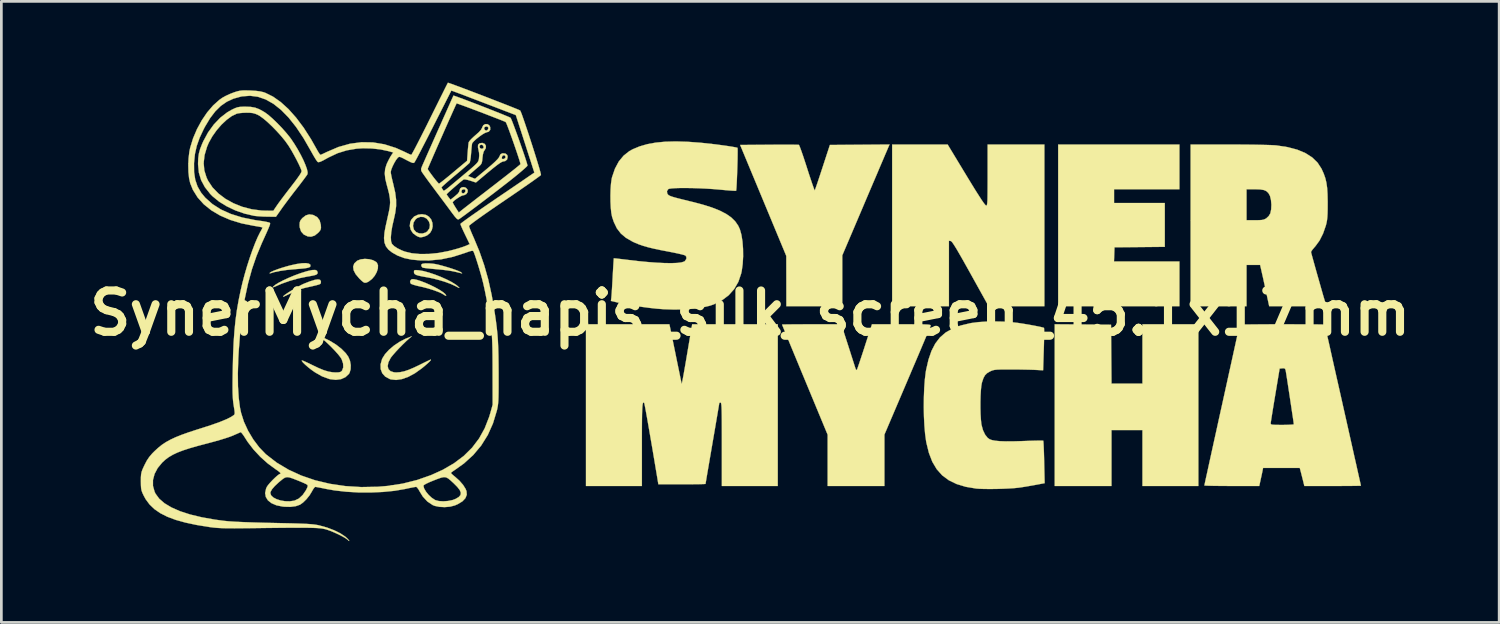
<source format=kicad_pcb>
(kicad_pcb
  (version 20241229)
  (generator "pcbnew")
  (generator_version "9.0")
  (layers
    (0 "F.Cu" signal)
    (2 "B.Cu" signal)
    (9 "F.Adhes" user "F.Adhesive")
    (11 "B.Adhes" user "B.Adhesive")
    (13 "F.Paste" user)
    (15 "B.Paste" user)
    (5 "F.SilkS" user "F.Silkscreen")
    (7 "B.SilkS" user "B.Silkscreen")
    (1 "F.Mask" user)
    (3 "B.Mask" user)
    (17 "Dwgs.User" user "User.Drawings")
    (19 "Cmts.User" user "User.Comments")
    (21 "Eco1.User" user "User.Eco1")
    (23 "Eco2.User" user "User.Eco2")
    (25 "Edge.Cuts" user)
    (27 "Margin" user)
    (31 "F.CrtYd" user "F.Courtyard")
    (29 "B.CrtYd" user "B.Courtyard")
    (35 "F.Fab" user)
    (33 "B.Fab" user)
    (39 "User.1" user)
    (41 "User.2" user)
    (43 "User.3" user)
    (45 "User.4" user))
  (footprint "SynerMycha_napis_silk_screen_45.1x17mm"
    (layer "F.Cu")
    (at 24.645 8.508)
    (property "Reference" "SynerMycha_napis_silk_screen_45.1x17mm" (at 0 0 0) (layer "F.SilkS") (effects (font (size 1.524 1.524) (thickness 0.3))))
    (attr through_hole)
    (fp_poly (pts (xy 12.279 0.42) (xy 13.319 0.429) (xy 13.327 1.516) (xy 13.336 2.603) (xy 14.478 2.603) (xy 14.478 0.413) (xy 16.542 0.413) (xy 16.542 6.382) (xy 14.478 6.382) (xy 14.478 4.318) (xy 13.335 4.318) (xy 13.335 6.382) (xy 11.239 6.382) (xy 11.239 0.412) (xy 12.279 0.42)) (stroke (width 0.01) (type solid)) (fill yes) (layer "F.SilkS"))
    (fp_poly (pts (xy 15.843 -4.572) (xy 13.43 -4.572) (xy 13.43 -4.064) (xy 15.303 -4.064) (xy 15.303 -2.446) (xy 14.375 -2.437) (xy 13.446 -2.429) (xy 13.437 -2.167) (xy 13.428 -1.905) (xy 15.843 -1.905) (xy 15.843 -0.254) (xy 11.367 -0.254) (xy 11.367 -6.223) (xy 15.843 -6.223) (xy 15.843 -4.572)) (stroke (width 0.01) (type solid)) (fill yes) (layer "F.SilkS"))
    (fp_poly (pts (xy -16.143 -3.625) (xy -16.118 -3.616) (xy -15.984 -3.541) (xy -15.897 -3.425) (xy -15.853 -3.264) (xy -15.851 -3.244) (xy -15.846 -3.144) (xy -15.862 -3.075) (xy -15.91 -3.008) (xy -15.943 -2.972) (xy -16.075 -2.864) (xy -16.213 -2.82) (xy -16.335 -2.831) (xy -16.482 -2.901) (xy -16.581 -3.013) (xy -16.631 -3.163) (xy -16.637 -3.249) (xy -16.63 -3.354) (xy -16.6 -3.429) (xy -16.535 -3.506) (xy -16.531 -3.51) (xy -16.407 -3.606) (xy -16.282 -3.644) (xy -16.143 -3.625)) (stroke (width 0.01) (type solid)) (fill yes) (layer "F.SilkS"))
    (fp_poly (pts (xy -16.296 -1.827) (xy -16.239 -1.788) (xy -16.235 -1.733) (xy -16.252 -1.706) (xy -16.29 -1.685) (xy -16.358 -1.667) (xy -16.465 -1.651) (xy -16.619 -1.636) (xy -16.796 -1.622) (xy -17.105 -1.593) (xy -17.367 -1.555) (xy -17.577 -1.511) (xy -17.698 -1.473) (xy -17.74 -1.465) (xy -17.737 -1.484) (xy -17.692 -1.518) (xy -17.597 -1.562) (xy -17.462 -1.614) (xy -17.299 -1.669) (xy -17.119 -1.723) (xy -16.974 -1.762) (xy -16.747 -1.812) (xy -16.555 -1.84) (xy -16.403 -1.845) (xy -16.296 -1.827)) (stroke (width 0.01) (type solid)) (fill yes) (layer "F.SilkS"))
    (fp_poly (pts (xy -14.068 -1.99) (xy -13.923 -1.952) (xy -13.811 -1.889) (xy -13.781 -1.859) (xy -13.742 -1.766) (xy -13.746 -1.646) (xy -13.788 -1.513) (xy -13.862 -1.38) (xy -13.962 -1.261) (xy -14.081 -1.169) (xy -14.103 -1.156) (xy -14.172 -1.125) (xy -14.228 -1.119) (xy -14.285 -1.144) (xy -14.358 -1.206) (xy -14.432 -1.278) (xy -14.566 -1.437) (xy -14.642 -1.584) (xy -14.659 -1.716) (xy -14.618 -1.832) (xy -14.516 -1.928) (xy -14.502 -1.937) (xy -14.378 -1.985) (xy -14.226 -2.002) (xy -14.068 -1.99)) (stroke (width 0.01) (type solid)) (fill yes) (layer "F.SilkS"))
    (fp_poly (pts (xy -15.994 -1.565) (xy -15.971 -1.505) (xy -15.97 -1.495) (xy -15.977 -1.458) (xy -16.004 -1.429) (xy -16.061 -1.405) (xy -16.158 -1.382) (xy -16.306 -1.355) (xy -16.352 -1.348) (xy -16.674 -1.282) (xy -16.997 -1.192) (xy -17.295 -1.086) (xy -17.425 -1.03) (xy -17.539 -0.979) (xy -17.603 -0.956) (xy -17.623 -0.959) (xy -17.607 -0.983) (xy -17.525 -1.049) (xy -17.394 -1.129) (xy -17.225 -1.216) (xy -17.03 -1.305) (xy -16.821 -1.392) (xy -16.609 -1.47) (xy -16.406 -1.534) (xy -16.333 -1.554) (xy -16.171 -1.589) (xy -16.06 -1.593) (xy -15.994 -1.565)) (stroke (width 0.01) (type solid)) (fill yes) (layer "F.SilkS"))
    (fp_poly (pts (xy -12.305 -1.228) (xy -12.157 -1.18) (xy -11.99 -1.116) (xy -11.816 -1.039) (xy -11.644 -0.955) (xy -11.488 -0.869) (xy -11.359 -0.786) (xy -11.268 -0.712) (xy -11.258 -0.702) (xy -11.223 -0.652) (xy -11.235 -0.638) (xy -11.286 -0.662) (xy -11.317 -0.684) (xy -11.406 -0.735) (xy -11.541 -0.793) (xy -11.709 -0.853) (xy -11.894 -0.911) (xy -12.08 -0.96) (xy -12.176 -0.981) (xy -12.313 -1.012) (xy -12.429 -1.045) (xy -12.508 -1.074) (xy -12.532 -1.088) (xy -12.558 -1.152) (xy -12.537 -1.217) (xy -12.494 -1.25) (xy -12.421 -1.252) (xy -12.305 -1.228)) (stroke (width 0.01) (type solid)) (fill yes) (layer "F.SilkS"))
    (fp_poly (pts (xy -12.242 -1.581) (xy -12.232 -1.58) (xy -12.065 -1.552) (xy -11.864 -1.497) (xy -11.642 -1.423) (xy -11.417 -1.335) (xy -11.202 -1.239) (xy -11.013 -1.141) (xy -10.865 -1.048) (xy -10.82 -1.013) (xy -10.755 -0.954) (xy -10.736 -0.929) (xy -10.767 -0.938) (xy -10.85 -0.979) (xy -10.89 -1.001) (xy -11.043 -1.071) (xy -11.239 -1.144) (xy -11.46 -1.213) (xy -11.687 -1.273) (xy -11.9 -1.317) (xy -11.915 -1.319) (xy -12.105 -1.353) (xy -12.24 -1.382) (xy -12.33 -1.409) (xy -12.383 -1.439) (xy -12.408 -1.474) (xy -12.414 -1.515) (xy -12.411 -1.56) (xy -12.392 -1.583) (xy -12.34 -1.588) (xy -12.242 -1.581)) (stroke (width 0.01) (type solid)) (fill yes) (layer "F.SilkS"))
    (fp_poly (pts (xy -15.882 -1.229) (xy -15.849 -1.179) (xy -15.85 -1.13) (xy -15.854 -1.106) (xy -15.864 -1.087) (xy -15.889 -1.069) (xy -15.937 -1.051) (xy -16.017 -1.029) (xy -16.136 -1) (xy -16.305 -0.962) (xy -16.431 -0.934) (xy -16.566 -0.895) (xy -16.727 -0.837) (xy -16.885 -0.77) (xy -16.923 -0.751) (xy -17.061 -0.684) (xy -17.152 -0.64) (xy -17.206 -0.615) (xy -17.232 -0.605) (xy -17.24 -0.607) (xy -17.24 -0.615) (xy -17.24 -0.617) (xy -17.214 -0.647) (xy -17.144 -0.699) (xy -17.041 -0.767) (xy -16.917 -0.844) (xy -16.784 -0.923) (xy -16.653 -0.996) (xy -16.537 -1.057) (xy -16.466 -1.089) (xy -16.246 -1.175) (xy -16.078 -1.227) (xy -15.957 -1.245) (xy -15.882 -1.229)) (stroke (width 0.01) (type solid)) (fill yes) (layer "F.SilkS"))
    (fp_poly (pts (xy -11.863 -1.835) (xy -11.719 -1.824) (xy -11.634 -1.812) (xy -11.511 -1.786) (xy -11.36 -1.746) (xy -11.196 -1.699) (xy -11.033 -1.648) (xy -10.885 -1.597) (xy -10.767 -1.552) (xy -10.693 -1.517) (xy -10.684 -1.511) (xy -10.642 -1.476) (xy -10.636 -1.465) (xy -10.673 -1.473) (xy -10.754 -1.493) (xy -10.865 -1.52) (xy -10.89 -1.526) (xy -11.013 -1.551) (xy -11.179 -1.577) (xy -11.367 -1.6) (xy -11.558 -1.619) (xy -11.589 -1.621) (xy -11.756 -1.636) (xy -11.903 -1.651) (xy -12.017 -1.665) (xy -12.086 -1.677) (xy -12.097 -1.681) (xy -12.137 -1.73) (xy -12.144 -1.766) (xy -12.133 -1.803) (xy -12.09 -1.824) (xy -12 -1.835) (xy -11.986 -1.836) (xy -11.863 -1.835)) (stroke (width 0.01) (type solid)) (fill yes) (layer "F.SilkS"))
    (fp_poly (pts (xy 7.969 -5.096) (xy 8.158 -4.786) (xy 8.317 -4.528) (xy 8.448 -4.322) (xy 8.55 -4.165) (xy 8.627 -4.055) (xy 8.679 -3.991) (xy 8.707 -3.969) (xy 8.707 -3.969) (xy 8.722 -3.972) (xy 8.734 -3.987) (xy 8.743 -4.018) (xy 8.75 -4.073) (xy 8.756 -4.157) (xy 8.759 -4.276) (xy 8.761 -4.436) (xy 8.762 -4.645) (xy 8.763 -4.907) (xy 8.763 -5.096) (xy 8.763 -6.223) (xy 10.858 -6.223) (xy 10.858 -0.254) (xy 8.8 -0.254) (xy 8.134 -1.453) (xy 7.964 -1.757) (xy 7.822 -2.01) (xy 7.704 -2.215) (xy 7.61 -2.376) (xy 7.535 -2.496) (xy 7.479 -2.581) (xy 7.438 -2.634) (xy 7.409 -2.658) (xy 7.401 -2.661) (xy 7.334 -2.671) (xy 7.334 -0.254) (xy 5.239 -0.254) (xy 5.239 -6.223) (xy 7.287 -6.223) (xy 7.969 -5.096)) (stroke (width 0.01) (type solid)) (fill yes) (layer "F.SilkS"))
    (fp_poly (pts (xy -11.972 -3.626) (xy -11.858 -3.556) (xy -11.777 -3.455) (xy -11.733 -3.333) (xy -11.724 -3.202) (xy -11.753 -3.073) (xy -11.821 -2.958) (xy -11.929 -2.868) (xy -12.031 -2.826) (xy -12.126 -2.802) (xy -12.191 -2.799) (xy -12.255 -2.819) (xy -12.318 -2.85) (xy -12.448 -2.945) (xy -12.532 -3.072) (xy -12.568 -3.216) (xy -12.568 -3.217) (xy -12.449 -3.217) (xy -12.419 -3.089) (xy -12.413 -3.078) (xy -12.334 -2.992) (xy -12.223 -2.944) (xy -12.098 -2.938) (xy -11.978 -2.976) (xy -11.919 -3.019) (xy -11.842 -3.13) (xy -11.825 -3.259) (xy -11.858 -3.375) (xy -11.94 -3.484) (xy -12.05 -3.545) (xy -12.174 -3.554) (xy -12.294 -3.51) (xy -12.353 -3.463) (xy -12.426 -3.35) (xy -12.449 -3.217) (xy -12.568 -3.217) (xy -12.551 -3.364) (xy -12.511 -3.451) (xy -12.405 -3.567) (xy -12.26 -3.634) (xy -12.118 -3.651) (xy -11.972 -3.626)) (stroke (width 0.01) (type solid)) (fill yes) (layer "F.SilkS"))
    (fp_poly (pts (xy 5.029 -5.961) (xy 4.996 -5.885) (xy 4.941 -5.756) (xy 4.866 -5.58) (xy 4.774 -5.365) (xy 4.668 -5.114) (xy 4.549 -4.836) (xy 4.421 -4.536) (xy 4.286 -4.219) (xy 4.157 -3.914) (xy 3.397 -2.13) (xy 3.397 -0.254) (xy 1.333 -0.254) (xy 1.332 -1.183) (xy 1.33 -2.111) (xy -0.373 -6.207) (xy 0.694 -6.215) (xy 0.949 -6.217) (xy 1.184 -6.218) (xy 1.392 -6.218) (xy 1.564 -6.217) (xy 1.694 -6.215) (xy 1.773 -6.213) (xy 1.795 -6.211) (xy 1.813 -6.179) (xy 1.847 -6.093) (xy 1.894 -5.963) (xy 1.952 -5.796) (xy 2.017 -5.6) (xy 2.088 -5.382) (xy 2.096 -5.355) (xy 2.166 -5.137) (xy 2.231 -4.942) (xy 2.287 -4.775) (xy 2.332 -4.646) (xy 2.364 -4.561) (xy 2.38 -4.528) (xy 2.381 -4.528) (xy 2.394 -4.561) (xy 2.425 -4.647) (xy 2.47 -4.777) (xy 2.526 -4.944) (xy 2.591 -5.14) (xy 2.662 -5.356) (xy 2.668 -5.375) (xy 2.94 -6.207) (xy 5.141 -6.224) (xy 5.029 -5.961)) (stroke (width 0.01) (type solid)) (fill yes) (layer "F.SilkS"))
    (fp_poly (pts (xy -12.573 0.923) (xy -12.686 1.022) (xy -12.815 1.147) (xy -12.949 1.282) (xy -13.076 1.417) (xy -13.183 1.539) (xy -13.26 1.634) (xy -13.276 1.658) (xy -13.358 1.818) (xy -13.384 1.956) (xy -13.358 2.065) (xy -13.281 2.143) (xy -13.155 2.185) (xy -13.067 2.191) (xy -12.928 2.181) (xy -12.78 2.151) (xy -12.613 2.096) (xy -12.415 2.012) (xy -12.185 1.902) (xy -12.045 1.832) (xy -11.925 1.774) (xy -11.838 1.733) (xy -11.793 1.715) (xy -11.791 1.714) (xy -11.789 1.733) (xy -11.832 1.784) (xy -11.916 1.863) (xy -12.034 1.965) (xy -12.129 2.042) (xy -12.379 2.221) (xy -12.624 2.353) (xy -12.857 2.436) (xy -13.072 2.468) (xy -13.264 2.448) (xy -13.313 2.432) (xy -13.474 2.344) (xy -13.584 2.22) (xy -13.642 2.067) (xy -13.646 1.892) (xy -13.593 1.701) (xy -13.577 1.667) (xy -13.48 1.513) (xy -13.333 1.353) (xy -13.152 1.199) (xy -12.948 1.062) (xy -12.735 0.951) (xy -12.662 0.921) (xy -12.494 0.856) (xy -12.573 0.923)) (stroke (width 0.01) (type solid)) (fill yes) (layer "F.SilkS"))
    (fp_poly (pts (xy -15.778 0.902) (xy -15.686 0.94) (xy -15.551 1.007) (xy -15.52 1.023) (xy -15.293 1.161) (xy -15.093 1.317) (xy -14.931 1.48) (xy -14.837 1.611) (xy -14.776 1.757) (xy -14.747 1.918) (xy -14.752 2.074) (xy -14.791 2.205) (xy -14.815 2.244) (xy -14.942 2.364) (xy -15.107 2.439) (xy -15.299 2.464) (xy -15.509 2.44) (xy -15.549 2.429) (xy -15.807 2.334) (xy -16.064 2.188) (xy -16.209 2.086) (xy -16.33 1.99) (xy -16.433 1.9) (xy -16.509 1.825) (xy -16.551 1.771) (xy -16.552 1.747) (xy -16.547 1.746) (xy -16.505 1.76) (xy -16.419 1.797) (xy -16.302 1.851) (xy -16.168 1.917) (xy -15.933 2.029) (xy -15.738 2.109) (xy -15.57 2.159) (xy -15.416 2.185) (xy -15.3 2.191) (xy -15.189 2.187) (xy -15.122 2.17) (xy -15.079 2.135) (xy -15.067 2.12) (xy -15.024 2.005) (xy -15.03 1.861) (xy -15.084 1.7) (xy -15.136 1.619) (xy -15.226 1.507) (xy -15.345 1.375) (xy -15.482 1.233) (xy -15.628 1.093) (xy -15.764 0.972) (xy -15.819 0.918) (xy -15.823 0.895) (xy -15.778 0.902)) (stroke (width 0.01) (type solid)) (fill yes) (layer "F.SilkS"))
    (fp_poly (pts (xy 3.604 1.167) (xy 3.673 1.381) (xy 3.736 1.58) (xy 3.792 1.754) (xy 3.837 1.895) (xy 3.868 1.991) (xy 3.879 2.028) (xy 3.907 2.092) (xy 3.932 2.103) (xy 3.935 2.098) (xy 3.951 2.059) (xy 3.983 1.968) (xy 4.029 1.833) (xy 4.086 1.662) (xy 4.152 1.463) (xy 4.223 1.246) (xy 4.225 1.237) (xy 4.493 0.413) (xy 5.584 0.413) (xy 5.876 0.413) (xy 6.111 0.414) (xy 6.294 0.415) (xy 6.433 0.418) (xy 6.532 0.422) (xy 6.598 0.428) (xy 6.638 0.436) (xy 6.656 0.447) (xy 6.66 0.46) (xy 6.659 0.468) (xy 6.644 0.506) (xy 6.606 0.598) (xy 6.547 0.738) (xy 6.47 0.921) (xy 6.376 1.144) (xy 6.268 1.4) (xy 6.147 1.685) (xy 6.015 1.993) (xy 5.876 2.321) (xy 5.798 2.504) (xy 4.953 4.485) (xy 4.953 6.382) (xy 2.857 6.382) (xy 2.857 4.489) (xy 2.016 2.462) (xy 1.875 2.123) (xy 1.742 1.801) (xy 1.618 1.502) (xy 1.505 1.229) (xy 1.406 0.988) (xy 1.322 0.784) (xy 1.255 0.621) (xy 1.207 0.504) (xy 1.18 0.438) (xy 1.175 0.424) (xy 1.205 0.421) (xy 1.292 0.419) (xy 1.428 0.417) (xy 1.606 0.415) (xy 1.818 0.414) (xy 2.057 0.413) (xy 2.269 0.413) (xy 3.362 0.413) (xy 3.604 1.167)) (stroke (width 0.01) (type solid)) (fill yes) (layer "F.SilkS"))
    (fp_poly (pts (xy -2.969 0.484) (xy -2.959 0.532) (xy -2.938 0.634) (xy -2.907 0.782) (xy -2.869 0.968) (xy -2.825 1.185) (xy -2.776 1.424) (xy -2.746 1.572) (xy -2.696 1.818) (xy -2.649 2.044) (xy -2.608 2.243) (xy -2.575 2.407) (xy -2.549 2.528) (xy -2.534 2.6) (xy -2.53 2.616) (xy -2.523 2.593) (xy -2.507 2.513) (xy -2.482 2.385) (xy -2.451 2.214) (xy -2.415 2.008) (xy -2.374 1.773) (xy -2.333 1.529) (xy -2.144 0.413) (xy 1.016 0.413) (xy 1.016 6.382) (xy -1.048 6.382) (xy -1.048 4.842) (xy -1.048 4.486) (xy -1.049 4.188) (xy -1.05 3.944) (xy -1.052 3.748) (xy -1.055 3.595) (xy -1.059 3.481) (xy -1.065 3.399) (xy -1.072 3.346) (xy -1.08 3.316) (xy -1.09 3.303) (xy -1.095 3.302) (xy -1.138 3.312) (xy -1.143 3.32) (xy -1.148 3.354) (xy -1.163 3.444) (xy -1.187 3.585) (xy -1.218 3.769) (xy -1.256 3.992) (xy -1.299 4.246) (xy -1.347 4.525) (xy -1.397 4.816) (xy -1.448 5.114) (xy -1.496 5.392) (xy -1.539 5.645) (xy -1.577 5.866) (xy -1.608 6.048) (xy -1.631 6.187) (xy -1.646 6.275) (xy -1.651 6.306) (xy -1.681 6.309) (xy -1.767 6.312) (xy -1.9 6.315) (xy -2.072 6.317) (xy -2.276 6.318) (xy -2.502 6.318) (xy -2.521 6.318) (xy -3.392 6.318) (xy -3.43 6.088) (xy -3.494 5.707) (xy -3.556 5.336) (xy -3.616 4.98) (xy -3.674 4.646) (xy -3.727 4.337) (xy -3.775 4.06) (xy -3.818 3.818) (xy -3.854 3.618) (xy -3.883 3.464) (xy -3.903 3.362) (xy -3.914 3.316) (xy -3.915 3.314) (xy -3.934 3.3) (xy -3.95 3.304) (xy -3.963 3.329) (xy -3.974 3.382) (xy -3.983 3.466) (xy -3.989 3.585) (xy -3.994 3.745) (xy -3.997 3.951) (xy -3.999 4.206) (xy -4 4.516) (xy -4 4.86) (xy -4 6.382) (xy -6.064 6.382) (xy -6.064 0.413) (xy -2.986 0.413) (xy -2.969 0.484)) (stroke (width 0.01) (type solid)) (fill yes) (layer "F.SilkS"))
    (fp_poly (pts (xy 17.995 -6.222) (xy 18.294 -6.22) (xy 18.577 -6.217) (xy 18.835 -6.212) (xy 19.058 -6.207) (xy 19.24 -6.201) (xy 19.372 -6.194) (xy 19.424 -6.19) (xy 19.835 -6.127) (xy 20.192 -6.033) (xy 20.495 -5.906) (xy 20.745 -5.746) (xy 20.943 -5.553) (xy 21.09 -5.327) (xy 21.093 -5.319) (xy 21.17 -5.148) (xy 21.228 -4.984) (xy 21.269 -4.812) (xy 21.296 -4.62) (xy 21.31 -4.393) (xy 21.316 -4.119) (xy 21.316 -4.064) (xy 21.315 -3.842) (xy 21.311 -3.671) (xy 21.303 -3.537) (xy 21.291 -3.428) (xy 21.273 -3.33) (xy 21.249 -3.234) (xy 21.146 -2.938) (xy 21.015 -2.678) (xy 20.86 -2.466) (xy 20.841 -2.445) (xy 20.769 -2.362) (xy 20.718 -2.292) (xy 20.701 -2.255) (xy 20.709 -2.219) (xy 20.733 -2.13) (xy 20.769 -1.999) (xy 20.815 -1.833) (xy 20.868 -1.643) (xy 20.926 -1.437) (xy 20.987 -1.223) (xy 21.047 -1.011) (xy 21.104 -0.811) (xy 21.156 -0.63) (xy 21.201 -0.479) (xy 21.234 -0.365) (xy 21.255 -0.298) (xy 21.257 -0.294) (xy 21.248 -0.282) (xy 21.21 -0.273) (xy 21.137 -0.266) (xy 21.024 -0.261) (xy 20.867 -0.258) (xy 20.659 -0.255) (xy 20.396 -0.254) (xy 20.214 -0.254) (xy 19.157 -0.254) (xy 19.052 -0.738) (xy 19.01 -0.934) (xy 18.966 -1.134) (xy 18.926 -1.319) (xy 18.892 -1.467) (xy 18.885 -1.5) (xy 18.822 -1.778) (xy 18.32 -1.778) (xy 18.32 -0.254) (xy 16.256 -0.254) (xy 16.256 -4.572) (xy 18.32 -4.572) (xy 18.32 -3.429) (xy 18.633 -3.429) (xy 18.783 -3.431) (xy 18.887 -3.438) (xy 18.96 -3.454) (xy 19.02 -3.481) (xy 19.053 -3.502) (xy 19.14 -3.583) (xy 19.198 -3.681) (xy 19.199 -3.684) (xy 19.23 -3.83) (xy 19.238 -4.003) (xy 19.223 -4.174) (xy 19.188 -4.318) (xy 19.179 -4.34) (xy 19.124 -4.436) (xy 19.053 -4.502) (xy 18.956 -4.544) (xy 18.819 -4.566) (xy 18.632 -4.572) (xy 18.623 -4.572) (xy 18.32 -4.572) (xy 16.256 -4.572) (xy 16.256 -6.223) (xy 17.686 -6.223) (xy 17.995 -6.222)) (stroke (width 0.01) (type solid)) (fill yes) (layer "F.SilkS"))
    (fp_poly (pts (xy 9.324 0.314) (xy 9.624 0.333) (xy 9.874 0.361) (xy 10.069 0.391) (xy 10.263 0.423) (xy 10.445 0.456) (xy 10.605 0.487) (xy 10.732 0.514) (xy 10.816 0.535) (xy 10.844 0.547) (xy 10.848 0.582) (xy 10.85 0.672) (xy 10.849 0.807) (xy 10.846 0.98) (xy 10.841 1.18) (xy 10.836 1.338) (xy 10.811 2.111) (xy 10.493 2.095) (xy 10.353 2.09) (xy 10.167 2.086) (xy 9.955 2.082) (xy 9.735 2.08) (xy 9.588 2.08) (xy 9.379 2.08) (xy 9.222 2.082) (xy 9.107 2.087) (xy 9.023 2.096) (xy 8.958 2.11) (xy 8.903 2.13) (xy 8.853 2.153) (xy 8.745 2.216) (xy 8.667 2.293) (xy 8.609 2.397) (xy 8.559 2.546) (xy 8.549 2.579) (xy 8.529 2.696) (xy 8.513 2.861) (xy 8.502 3.06) (xy 8.497 3.281) (xy 8.497 3.507) (xy 8.502 3.725) (xy 8.514 3.921) (xy 8.53 4.081) (xy 8.538 4.128) (xy 8.592 4.324) (xy 8.67 4.487) (xy 8.765 4.607) (xy 8.832 4.654) (xy 8.923 4.688) (xy 9.05 4.712) (xy 9.219 4.728) (xy 9.435 4.735) (xy 9.703 4.734) (xy 10.028 4.725) (xy 10.101 4.722) (xy 10.305 4.715) (xy 10.487 4.71) (xy 10.638 4.707) (xy 10.748 4.706) (xy 10.809 4.709) (xy 10.817 4.71) (xy 10.822 4.745) (xy 10.828 4.835) (xy 10.834 4.97) (xy 10.841 5.143) (xy 10.847 5.343) (xy 10.85 5.502) (xy 10.868 6.278) (xy 10.506 6.346) (xy 10.331 6.377) (xy 10.15 6.408) (xy 9.989 6.433) (xy 9.906 6.445) (xy 9.746 6.461) (xy 9.545 6.474) (xy 9.318 6.484) (xy 9.079 6.491) (xy 8.845 6.493) (xy 8.632 6.491) (xy 8.453 6.485) (xy 8.342 6.477) (xy 7.955 6.412) (xy 7.618 6.31) (xy 7.329 6.17) (xy 7.085 5.988) (xy 6.884 5.762) (xy 6.721 5.488) (xy 6.596 5.164) (xy 6.503 4.788) (xy 6.491 4.722) (xy 6.455 4.459) (xy 6.429 4.15) (xy 6.412 3.811) (xy 6.406 3.456) (xy 6.41 3.101) (xy 6.423 2.759) (xy 6.446 2.446) (xy 6.479 2.176) (xy 6.493 2.095) (xy 6.58 1.717) (xy 6.691 1.395) (xy 6.831 1.123) (xy 7.004 0.898) (xy 7.215 0.716) (xy 7.468 0.571) (xy 7.768 0.458) (xy 8.119 0.374) (xy 8.176 0.364) (xy 8.417 0.333) (xy 8.701 0.314) (xy 9.01 0.308) (xy 9.324 0.314)) (stroke (width 0.01) (type solid)) (fill yes) (layer "F.SilkS"))
    (fp_poly (pts (xy -18.438 -7.612) (xy -18.277 -7.584) (xy -18.126 -7.527) (xy -17.961 -7.436) (xy -17.907 -7.402) (xy -17.782 -7.309) (xy -17.632 -7.178) (xy -17.467 -7.019) (xy -17.3 -6.847) (xy -17.143 -6.671) (xy -17.007 -6.505) (xy -16.949 -6.428) (xy -16.823 -6.239) (xy -16.702 -6.04) (xy -16.592 -5.84) (xy -16.496 -5.647) (xy -16.42 -5.47) (xy -16.366 -5.32) (xy -16.34 -5.203) (xy -16.344 -5.131) (xy -16.344 -5.131) (xy -16.373 -5.085) (xy -16.435 -4.999) (xy -16.522 -4.882) (xy -16.628 -4.742) (xy -16.736 -4.602) (xy -16.871 -4.429) (xy -17.009 -4.248) (xy -17.139 -4.074) (xy -17.249 -3.925) (xy -17.303 -3.848) (xy -17.509 -3.556) (xy -17.827 -3.56) (xy -17.987 -3.564) (xy -18.145 -3.574) (xy -18.276 -3.586) (xy -18.319 -3.592) (xy -18.662 -3.671) (xy -19 -3.788) (xy -19.319 -3.939) (xy -19.607 -4.115) (xy -19.849 -4.312) (xy -19.934 -4.398) (xy -20.132 -4.649) (xy -20.27 -4.906) (xy -20.353 -5.18) (xy -20.383 -5.479) (xy -20.384 -5.516) (xy -20.383 -5.545) (xy -20.177 -5.545) (xy -20.153 -5.27) (xy -20.07 -5.004) (xy -20.014 -4.886) (xy -19.851 -4.64) (xy -19.634 -4.416) (xy -19.373 -4.219) (xy -19.075 -4.054) (xy -18.749 -3.923) (xy -18.402 -3.833) (xy -18.042 -3.786) (xy -17.891 -3.781) (xy -17.605 -3.778) (xy -17.47 -3.977) (xy -17.408 -4.065) (xy -17.315 -4.191) (xy -17.2 -4.344) (xy -17.073 -4.511) (xy -16.941 -4.681) (xy -16.94 -4.683) (xy -16.796 -4.87) (xy -16.69 -5.015) (xy -16.617 -5.121) (xy -16.576 -5.195) (xy -16.561 -5.242) (xy -16.563 -5.255) (xy -16.6 -5.355) (xy -16.664 -5.495) (xy -16.746 -5.659) (xy -16.84 -5.835) (xy -16.937 -6.007) (xy -17.031 -6.161) (xy -17.051 -6.191) (xy -17.168 -6.355) (xy -17.314 -6.533) (xy -17.477 -6.714) (xy -17.648 -6.89) (xy -17.816 -7.049) (xy -17.973 -7.182) (xy -18.107 -7.279) (xy -18.161 -7.31) (xy -18.267 -7.357) (xy -18.364 -7.384) (xy -18.479 -7.396) (xy -18.593 -7.398) (xy -18.731 -7.393) (xy -18.857 -7.381) (xy -18.949 -7.364) (xy -18.958 -7.361) (xy -19.14 -7.273) (xy -19.33 -7.134) (xy -19.52 -6.956) (xy -19.699 -6.749) (xy -19.859 -6.523) (xy -19.989 -6.288) (xy -20.051 -6.144) (xy -20.143 -5.835) (xy -20.177 -5.545) (xy -20.383 -5.545) (xy -20.377 -5.715) (xy -20.354 -5.887) (xy -20.309 -6.055) (xy -20.236 -6.241) (xy -20.19 -6.345) (xy -20.014 -6.67) (xy -19.803 -6.961) (xy -19.565 -7.211) (xy -19.307 -7.411) (xy -19.144 -7.505) (xy -19.025 -7.562) (xy -18.932 -7.596) (xy -18.838 -7.613) (xy -18.72 -7.619) (xy -18.634 -7.62) (xy -18.438 -7.612)) (stroke (width 0.01) (type solid)) (fill yes) (layer "F.SilkS"))
    (fp_poly (pts (xy 19.947 0.413) (xy 20.236 0.414) (xy 20.498 0.415) (xy 20.729 0.416) (xy 20.921 0.418) (xy 21.069 0.42) (xy 21.167 0.423) (xy 21.208 0.425) (xy 21.209 0.426) (xy 21.216 0.458) (xy 21.236 0.547) (xy 21.268 0.691) (xy 21.31 0.883) (xy 21.364 1.12) (xy 21.426 1.398) (xy 21.496 1.712) (xy 21.574 2.059) (xy 21.658 2.433) (xy 21.748 2.83) (xy 21.842 3.247) (xy 21.876 3.4) (xy 21.971 3.822) (xy 22.062 4.227) (xy 22.148 4.61) (xy 22.228 4.967) (xy 22.301 5.293) (xy 22.367 5.584) (xy 22.423 5.836) (xy 22.47 6.044) (xy 22.506 6.205) (xy 22.53 6.314) (xy 22.542 6.367) (xy 22.543 6.371) (xy 22.512 6.374) (xy 22.425 6.376) (xy 22.29 6.378) (xy 22.114 6.38) (xy 21.903 6.381) (xy 21.666 6.382) (xy 21.499 6.382) (xy 20.455 6.382) (xy 20.402 6.167) (xy 20.369 6.037) (xy 20.338 5.914) (xy 20.317 5.834) (xy 20.286 5.715) (xy 18.931 5.715) (xy 18.911 5.818) (xy 18.894 5.902) (xy 18.869 6.021) (xy 18.84 6.151) (xy 18.84 6.152) (xy 18.79 6.382) (xy 17.777 6.382) (xy 17.53 6.381) (xy 17.306 6.379) (xy 17.11 6.377) (xy 16.951 6.373) (xy 16.837 6.369) (xy 16.774 6.365) (xy 16.764 6.362) (xy 16.771 6.329) (xy 16.79 6.238) (xy 16.821 6.094) (xy 16.864 5.901) (xy 16.916 5.662) (xy 16.977 5.384) (xy 17.046 5.069) (xy 17.122 4.722) (xy 17.205 4.347) (xy 17.265 4.072) (xy 19.211 4.072) (xy 19.215 4.094) (xy 19.237 4.11) (xy 19.287 4.12) (xy 19.373 4.125) (xy 19.505 4.127) (xy 19.637 4.128) (xy 19.794 4.126) (xy 19.925 4.121) (xy 20.019 4.115) (xy 20.064 4.106) (xy 20.066 4.104) (xy 20.061 4.066) (xy 20.049 3.974) (xy 20.029 3.838) (xy 20.003 3.668) (xy 19.974 3.472) (xy 19.942 3.26) (xy 19.909 3.041) (xy 19.876 2.825) (xy 19.845 2.621) (xy 19.817 2.438) (xy 19.793 2.285) (xy 19.775 2.173) (xy 19.764 2.109) (xy 19.762 2.102) (xy 19.74 2.051) (xy 19.689 2.036) (xy 19.644 2.038) (xy 19.542 2.048) (xy 19.378 3.032) (xy 19.337 3.276) (xy 19.3 3.502) (xy 19.268 3.701) (xy 19.242 3.866) (xy 19.223 3.987) (xy 19.212 4.058) (xy 19.211 4.072) (xy 17.265 4.072) (xy 17.292 3.949) (xy 17.384 3.532) (xy 17.415 3.393) (xy 17.508 2.971) (xy 17.597 2.567) (xy 17.681 2.184) (xy 17.76 1.828) (xy 17.831 1.503) (xy 17.895 1.212) (xy 17.95 0.961) (xy 17.996 0.753) (xy 18.031 0.592) (xy 18.054 0.484) (xy 18.065 0.432) (xy 18.066 0.428) (xy 18.096 0.425) (xy 18.185 0.422) (xy 18.324 0.42) (xy 18.509 0.418) (xy 18.734 0.416) (xy 18.991 0.414) (xy 19.276 0.413) (xy 19.582 0.413) (xy 19.637 0.413) (xy 19.947 0.413)) (stroke (width 0.01) (type solid)) (fill yes) (layer "F.SilkS"))
    (fp_poly (pts (xy -2.308 -6.324) (xy -1.821 -6.288) (xy -1.281 -6.229) (xy -0.968 -6.187) (xy -0.801 -6.163) (xy -0.657 -6.14) (xy -0.546 -6.12) (xy -0.482 -6.106) (xy -0.471 -6.101) (xy -0.466 -6.065) (xy -0.465 -5.977) (xy -0.466 -5.847) (xy -0.468 -5.684) (xy -0.473 -5.501) (xy -0.479 -5.307) (xy -0.486 -5.113) (xy -0.493 -4.93) (xy -0.501 -4.768) (xy -0.508 -4.638) (xy -0.516 -4.55) (xy -0.522 -4.516) (xy -0.557 -4.514) (xy -0.644 -4.518) (xy -0.775 -4.527) (xy -0.939 -4.541) (xy -1.126 -4.558) (xy -1.133 -4.559) (xy -1.372 -4.579) (xy -1.623 -4.595) (xy -1.878 -4.607) (xy -2.127 -4.615) (xy -2.363 -4.618) (xy -2.576 -4.618) (xy -2.758 -4.613) (xy -2.901 -4.603) (xy -2.995 -4.589) (xy -3.027 -4.576) (xy -3.074 -4.502) (xy -3.065 -4.418) (xy -3.032 -4.37) (xy -3.005 -4.349) (xy -2.962 -4.327) (xy -2.897 -4.302) (xy -2.802 -4.273) (xy -2.669 -4.237) (xy -2.492 -4.193) (xy -2.263 -4.136) (xy -2.159 -4.111) (xy -1.758 -4.006) (xy -1.417 -3.899) (xy -1.131 -3.786) (xy -0.895 -3.665) (xy -0.705 -3.534) (xy -0.557 -3.389) (xy -0.446 -3.23) (xy -0.382 -3.091) (xy -0.326 -2.891) (xy -0.287 -2.646) (xy -0.266 -2.373) (xy -0.263 -2.09) (xy -0.279 -1.812) (xy -0.314 -1.556) (xy -0.334 -1.464) (xy -0.437 -1.158) (xy -0.592 -0.889) (xy -0.796 -0.659) (xy -1.047 -0.47) (xy -1.341 -0.324) (xy -1.492 -0.272) (xy -1.76 -0.209) (xy -2.076 -0.164) (xy -2.43 -0.138) (xy -2.809 -0.131) (xy -3.202 -0.144) (xy -3.461 -0.164) (xy -3.714 -0.192) (xy -3.993 -0.229) (xy -4.277 -0.272) (xy -4.547 -0.319) (xy -4.782 -0.366) (xy -4.861 -0.383) (xy -5.143 -0.45) (xy -5.128 -0.566) (xy -5.122 -0.633) (xy -5.113 -0.751) (xy -5.103 -0.91) (xy -5.092 -1.098) (xy -5.08 -1.302) (xy -5.078 -1.349) (xy -5.067 -1.548) (xy -5.057 -1.723) (xy -5.048 -1.867) (xy -5.041 -1.968) (xy -5.037 -2.019) (xy -5.036 -2.023) (xy -5.004 -2.021) (xy -4.92 -2.013) (xy -4.796 -1.998) (xy -4.641 -1.98) (xy -4.555 -1.969) (xy -4.158 -1.922) (xy -3.79 -1.886) (xy -3.455 -1.861) (xy -3.158 -1.847) (xy -2.904 -1.844) (xy -2.696 -1.852) (xy -2.54 -1.872) (xy -2.439 -1.903) (xy -2.416 -1.919) (xy -2.359 -1.999) (xy -2.359 -2.077) (xy -2.395 -2.125) (xy -2.44 -2.143) (xy -2.536 -2.169) (xy -2.673 -2.201) (xy -2.84 -2.236) (xy -3.008 -2.269) (xy -3.313 -2.327) (xy -3.565 -2.381) (xy -3.776 -2.432) (xy -3.955 -2.484) (xy -4.115 -2.539) (xy -4.264 -2.601) (xy -4.345 -2.639) (xy -4.586 -2.777) (xy -4.776 -2.937) (xy -4.924 -3.129) (xy -5.037 -3.365) (xy -5.101 -3.558) (xy -5.129 -3.702) (xy -5.148 -3.892) (xy -5.159 -4.111) (xy -5.161 -4.344) (xy -5.155 -4.572) (xy -5.14 -4.781) (xy -5.116 -4.952) (xy -5.102 -5.016) (xy -4.994 -5.332) (xy -4.853 -5.596) (xy -4.677 -5.81) (xy -4.464 -5.979) (xy -4.337 -6.049) (xy -4.084 -6.154) (xy -3.803 -6.236) (xy -3.489 -6.293) (xy -3.137 -6.327) (xy -2.745 -6.337) (xy -2.308 -6.324)) (stroke (width 0.01) (type solid)) (fill yes) (layer "F.SilkS"))
    (fp_poly (pts (xy -10.724 -7.949) (xy -10.59 -7.9) (xy -10.423 -7.837) (xy -10.232 -7.764) (xy -10.026 -7.685) (xy -9.813 -7.602) (xy -9.602 -7.519) (xy -9.401 -7.439) (xy -9.219 -7.367) (xy -9.065 -7.304) (xy -8.946 -7.255) (xy -8.871 -7.222) (xy -8.849 -7.21) (xy -8.828 -7.171) (xy -8.79 -7.08) (xy -8.739 -6.948) (xy -8.678 -6.784) (xy -8.61 -6.598) (xy -8.538 -6.4) (xy -8.467 -6.197) (xy -8.399 -6.001) (xy -8.337 -5.821) (xy -8.286 -5.665) (xy -8.248 -5.544) (xy -8.227 -5.467) (xy -8.223 -5.446) (xy -8.247 -5.415) (xy -8.314 -5.352) (xy -8.416 -5.262) (xy -8.546 -5.152) (xy -8.697 -5.028) (xy -8.755 -4.982) (xy -8.898 -4.868) (xy -9.068 -4.736) (xy -9.258 -4.589) (xy -9.461 -4.433) (xy -9.671 -4.273) (xy -9.88 -4.114) (xy -10.082 -3.961) (xy -10.27 -3.82) (xy -10.438 -3.695) (xy -10.578 -3.591) (xy -10.684 -3.514) (xy -10.75 -3.469) (xy -10.763 -3.461) (xy -10.795 -3.459) (xy -10.839 -3.49) (xy -10.902 -3.56) (xy -10.991 -3.677) (xy -11.003 -3.692) (xy -11.079 -3.796) (xy -11.184 -3.938) (xy -11.31 -4.107) (xy -11.448 -4.292) (xy -11.59 -4.481) (xy -11.638 -4.546) (xy -11.767 -4.719) (xy -11.886 -4.879) (xy -11.987 -5.018) (xy -12.065 -5.128) (xy -12.115 -5.2) (xy -12.127 -5.22) (xy -12.148 -5.271) (xy -12.148 -5.323) (xy -11.907 -5.323) (xy -11.888 -5.285) (xy -11.84 -5.213) (xy -11.772 -5.119) (xy -11.695 -5.016) (xy -11.617 -4.918) (xy -11.55 -4.838) (xy -11.504 -4.788) (xy -11.489 -4.778) (xy -11.458 -4.798) (xy -11.386 -4.852) (xy -11.28 -4.936) (xy -11.149 -5.042) (xy -11 -5.165) (xy -10.958 -5.201) (xy -10.453 -5.623) (xy -10.431 -5.931) (xy -10.42 -6.072) (xy -10.408 -6.194) (xy -10.398 -6.28) (xy -10.394 -6.305) (xy -10.363 -6.353) (xy -10.295 -6.428) (xy -10.201 -6.517) (xy -10.147 -6.564) (xy -10.018 -6.678) (xy -9.938 -6.768) (xy -9.912 -6.815) (xy -9.825 -6.815) (xy -9.802 -6.767) (xy -9.751 -6.734) (xy -9.704 -6.756) (xy -9.685 -6.777) (xy -9.663 -6.837) (xy -9.695 -6.879) (xy -9.746 -6.89) (xy -9.805 -6.867) (xy -9.825 -6.815) (xy -9.912 -6.815) (xy -9.899 -6.84) (xy -9.896 -6.853) (xy -9.855 -6.934) (xy -9.785 -6.976) (xy -9.706 -6.977) (xy -9.636 -6.936) (xy -9.6 -6.867) (xy -9.599 -6.766) (xy -9.651 -6.699) (xy -9.735 -6.673) (xy -9.801 -6.647) (xy -9.895 -6.591) (xy -10.003 -6.514) (xy -10.11 -6.43) (xy -10.199 -6.349) (xy -10.256 -6.283) (xy -10.268 -6.26) (xy -10.276 -6.207) (xy -10.287 -6.107) (xy -10.299 -5.977) (xy -10.305 -5.899) (xy -10.317 -5.761) (xy -10.334 -5.645) (xy -10.352 -5.567) (xy -10.362 -5.546) (xy -10.397 -5.513) (xy -10.472 -5.446) (xy -10.58 -5.352) (xy -10.713 -5.238) (xy -10.864 -5.111) (xy -10.898 -5.083) (xy -11.048 -4.955) (xy -11.181 -4.842) (xy -11.287 -4.748) (xy -11.361 -4.68) (xy -11.396 -4.644) (xy -11.397 -4.641) (xy -11.379 -4.602) (xy -11.351 -4.56) (xy -11.339 -4.541) (xy -11.33 -4.526) (xy -11.317 -4.518) (xy -11.296 -4.523) (xy -11.262 -4.543) (xy -11.208 -4.583) (xy -11.129 -4.646) (xy -11.02 -4.736) (xy -10.875 -4.857) (xy -10.689 -5.013) (xy -10.598 -5.09) (xy -10.418 -5.24) (xy -10.281 -5.357) (xy -10.181 -5.446) (xy -10.111 -5.514) (xy -10.066 -5.566) (xy -10.039 -5.61) (xy -10.024 -5.653) (xy -10.015 -5.699) (xy -10.015 -5.701) (xy -10.006 -5.812) (xy -10.01 -5.915) (xy -10.014 -5.937) (xy -10.035 -6.041) (xy -10.052 -6.122) (xy -10.051 -6.142) (xy -9.997 -6.142) (xy -9.971 -6.089) (xy -9.911 -6.064) (xy -9.907 -6.064) (xy -9.853 -6.086) (xy -9.842 -6.129) (xy -9.865 -6.19) (xy -9.917 -6.218) (xy -9.973 -6.2) (xy -9.976 -6.198) (xy -9.997 -6.142) (xy -10.051 -6.142) (xy -10.047 -6.213) (xy -9.993 -6.268) (xy -9.895 -6.282) (xy -9.885 -6.281) (xy -9.801 -6.246) (xy -9.758 -6.176) (xy -9.762 -6.09) (xy -9.801 -6.025) (xy -9.843 -5.954) (xy -9.871 -5.846) (xy -9.885 -5.731) (xy -9.897 -5.613) (xy -9.915 -5.536) (xy -9.95 -5.478) (xy -10.013 -5.418) (xy -10.055 -5.382) (xy -10.159 -5.294) (xy -10.261 -5.204) (xy -10.314 -5.158) (xy -10.421 -5.061) (xy -10.16 -4.958) (xy -9.725 -5.32) (xy -9.549 -5.47) (xy -9.419 -5.588) (xy -9.33 -5.678) (xy -9.276 -5.746) (xy -9.273 -5.752) (xy -9.17 -5.752) (xy -9.168 -5.698) (xy -9.127 -5.686) (xy -9.107 -5.689) (xy -9.045 -5.72) (xy -9.033 -5.763) (xy -9.053 -5.815) (xy -9.099 -5.828) (xy -9.146 -5.805) (xy -9.17 -5.752) (xy -9.273 -5.752) (xy -9.257 -5.786) (xy -9.218 -5.864) (xy -9.156 -5.896) (xy -9.134 -5.9) (xy -9.034 -5.889) (xy -8.97 -5.835) (xy -8.954 -5.767) (xy -8.977 -5.668) (xy -9.045 -5.613) (xy -9.107 -5.601) (xy -9.159 -5.586) (xy -9.236 -5.542) (xy -9.342 -5.467) (xy -9.484 -5.356) (xy -9.665 -5.208) (xy -10.127 -4.821) (xy -10.333 -4.889) (xy -10.443 -4.92) (xy -10.532 -4.936) (xy -10.58 -4.933) (xy -10.628 -4.898) (xy -10.706 -4.835) (xy -10.804 -4.752) (xy -10.911 -4.66) (xy -11.016 -4.568) (xy -11.108 -4.486) (xy -11.175 -4.423) (xy -11.206 -4.389) (xy -11.208 -4.387) (xy -11.189 -4.35) (xy -11.145 -4.288) (xy -11.136 -4.276) (xy -11.064 -4.186) (xy -10.898 -4.318) (xy -10.793 -4.411) (xy -10.741 -4.485) (xy -10.739 -4.493) (xy -10.663 -4.493) (xy -10.655 -4.457) (xy -10.617 -4.42) (xy -10.565 -4.427) (xy -10.524 -4.471) (xy -10.515 -4.501) (xy -10.521 -4.557) (xy -10.569 -4.572) (xy -10.64 -4.55) (xy -10.663 -4.493) (xy -10.739 -4.493) (xy -10.732 -4.526) (xy -10.707 -4.602) (xy -10.647 -4.644) (xy -10.57 -4.652) (xy -10.494 -4.625) (xy -10.439 -4.562) (xy -10.43 -4.54) (xy -10.434 -4.461) (xy -10.484 -4.392) (xy -10.563 -4.353) (xy -10.594 -4.35) (xy -10.65 -4.333) (xy -10.733 -4.289) (xy -10.825 -4.23) (xy -10.909 -4.169) (xy -10.967 -4.116) (xy -10.984 -4.088) (xy -10.969 -4.052) (xy -10.928 -3.978) (xy -10.873 -3.889) (xy -10.76 -3.712) (xy -10.563 -3.868) (xy -10.492 -3.923) (xy -10.378 -4.012) (xy -10.228 -4.128) (xy -10.05 -4.267) (xy -9.849 -4.421) (xy -9.635 -4.587) (xy -9.43 -4.745) (xy -9.218 -4.91) (xy -9.022 -5.062) (xy -8.848 -5.199) (xy -8.701 -5.315) (xy -8.588 -5.407) (xy -8.513 -5.469) (xy -8.483 -5.497) (xy -8.482 -5.497) (xy -8.489 -5.535) (xy -8.514 -5.623) (xy -8.555 -5.751) (xy -8.607 -5.908) (xy -8.667 -6.085) (xy -8.732 -6.273) (xy -8.798 -6.46) (xy -8.862 -6.638) (xy -8.92 -6.796) (xy -8.969 -6.924) (xy -9.005 -7.013) (xy -9.026 -7.052) (xy -9.027 -7.053) (xy -9.066 -7.071) (xy -9.155 -7.108) (xy -9.283 -7.159) (xy -9.443 -7.221) (xy -9.625 -7.291) (xy -9.821 -7.367) (xy -10.022 -7.443) (xy -10.218 -7.517) (xy -10.403 -7.587) (xy -10.565 -7.647) (xy -10.698 -7.695) (xy -10.791 -7.728) (xy -10.836 -7.742) (xy -10.839 -7.743) (xy -10.856 -7.709) (xy -10.895 -7.625) (xy -10.952 -7.498) (xy -11.025 -7.335) (xy -11.11 -7.145) (xy -11.204 -6.933) (xy -11.303 -6.709) (xy -11.404 -6.479) (xy -11.505 -6.251) (xy -11.601 -6.032) (xy -11.69 -5.829) (xy -11.767 -5.651) (xy -11.831 -5.504) (xy -11.877 -5.396) (xy -11.903 -5.334) (xy -11.907 -5.323) (xy -12.148 -5.323) (xy -12.148 -5.325) (xy -12.124 -5.4) (xy -12.088 -5.484) (xy -11.996 -5.692) (xy -11.893 -5.925) (xy -11.783 -6.172) (xy -11.669 -6.429) (xy -11.555 -6.686) (xy -11.443 -6.936) (xy -11.339 -7.171) (xy -11.243 -7.385) (xy -11.161 -7.57) (xy -11.096 -7.717) (xy -11.05 -7.82) (xy -11.03 -7.866) (xy -10.955 -8.032) (xy -10.724 -7.949)) (stroke (width 0.01) (type solid)) (fill yes) (layer "F.SilkS"))
    (fp_poly (pts (xy -11.13 -8.495) (xy -11.046 -8.466) (xy -10.919 -8.42) (xy -10.754 -8.359) (xy -10.559 -8.286) (xy -10.34 -8.203) (xy -10.107 -8.114) (xy -9.865 -8.022) (xy -9.622 -7.928) (xy -9.385 -7.836) (xy -9.161 -7.749) (xy -8.958 -7.67) (xy -8.783 -7.6) (xy -8.643 -7.544) (xy -8.545 -7.503) (xy -8.497 -7.481) (xy -8.494 -7.479) (xy -8.475 -7.442) (xy -8.439 -7.353) (xy -8.391 -7.219) (xy -8.332 -7.048) (xy -8.265 -6.85) (xy -8.192 -6.632) (xy -8.117 -6.401) (xy -8.041 -6.167) (xy -7.968 -5.937) (xy -7.9 -5.719) (xy -7.84 -5.522) (xy -7.789 -5.353) (xy -7.752 -5.22) (xy -7.73 -5.132) (xy -7.726 -5.098) (xy -7.754 -5.073) (xy -7.831 -5.016) (xy -7.949 -4.931) (xy -8.105 -4.82) (xy -8.294 -4.689) (xy -8.51 -4.539) (xy -8.748 -4.376) (xy -9.004 -4.201) (xy -9.062 -4.162) (xy -9.348 -3.967) (xy -9.608 -3.788) (xy -9.836 -3.629) (xy -10.03 -3.491) (xy -10.185 -3.379) (xy -10.298 -3.293) (xy -10.365 -3.238) (xy -10.382 -3.217) (xy -10.37 -3.171) (xy -10.336 -3.08) (xy -10.285 -2.956) (xy -10.222 -2.811) (xy -10.206 -2.777) (xy -9.996 -2.272) (xy -9.82 -1.765) (xy -9.671 -1.239) (xy -9.547 -0.677) (xy -9.48 -0.302) (xy -9.43 0.005) (xy -9.39 0.279) (xy -9.358 0.53) (xy -9.333 0.773) (xy -9.315 1.02) (xy -9.303 1.282) (xy -9.295 1.573) (xy -9.291 1.905) (xy -9.289 2.207) (xy -9.289 2.506) (xy -9.289 2.75) (xy -9.291 2.946) (xy -9.294 3.102) (xy -9.299 3.227) (xy -9.307 3.329) (xy -9.317 3.415) (xy -9.331 3.493) (xy -9.347 3.571) (xy -9.356 3.606) (xy -9.497 4.071) (xy -9.688 4.498) (xy -9.931 4.887) (xy -10.224 5.237) (xy -10.568 5.55) (xy -10.882 5.774) (xy -10.969 5.833) (xy -11.03 5.879) (xy -11.049 5.901) (xy -11.026 5.931) (xy -10.966 5.986) (xy -10.889 6.049) (xy -10.732 6.19) (xy -10.601 6.341) (xy -10.508 6.489) (xy -10.474 6.573) (xy -10.464 6.706) (xy -10.515 6.832) (xy -10.624 6.948) (xy -10.789 7.049) (xy -10.906 7.1) (xy -11.081 7.145) (xy -11.278 7.162) (xy -11.475 7.152) (xy -11.648 7.116) (xy -11.719 7.088) (xy -11.918 6.955) (xy -12.088 6.771) (xy -12.196 6.596) (xy -12.25 6.502) (xy -12.3 6.436) (xy -12.333 6.413) (xy -12.38 6.42) (xy -12.475 6.437) (xy -12.605 6.463) (xy -12.752 6.495) (xy -13.133 6.56) (xy -13.557 6.602) (xy -14.006 6.622) (xy -14.464 6.62) (xy -14.914 6.594) (xy -15.339 6.546) (xy -15.637 6.494) (xy -15.787 6.463) (xy -15.916 6.438) (xy -16.011 6.421) (xy -16.057 6.414) (xy -16.057 6.414) (xy -16.091 6.44) (xy -16.139 6.508) (xy -16.179 6.58) (xy -16.269 6.728) (xy -16.385 6.872) (xy -16.511 6.995) (xy -16.621 7.073) (xy -16.775 7.127) (xy -16.971 7.153) (xy -17.197 7.148) (xy -17.264 7.141) (xy -17.491 7.095) (xy -17.672 7.017) (xy -17.804 6.913) (xy -17.883 6.786) (xy -17.907 6.643) (xy -17.716 6.643) (xy -17.687 6.729) (xy -17.606 6.806) (xy -17.485 6.869) (xy -17.336 6.917) (xy -17.171 6.944) (xy -17.001 6.948) (xy -16.839 6.925) (xy -16.819 6.92) (xy -16.661 6.844) (xy -16.518 6.711) (xy -16.401 6.54) (xy -16.353 6.443) (xy -16.335 6.385) (xy -16.344 6.349) (xy -16.356 6.336) (xy -16.401 6.309) (xy -16.493 6.266) (xy -16.616 6.213) (xy -16.744 6.162) (xy -16.901 6.101) (xy -17.014 6.065) (xy -17.1 6.055) (xy -17.175 6.073) (xy -17.254 6.122) (xy -17.354 6.204) (xy -17.408 6.249) (xy -17.553 6.385) (xy -17.656 6.505) (xy -17.709 6.603) (xy -17.716 6.643) (xy -17.907 6.643) (xy -17.907 6.64) (xy -17.873 6.479) (xy -17.845 6.416) (xy -17.8 6.35) (xy -17.727 6.264) (xy -17.637 6.168) (xy -17.543 6.076) (xy -17.456 5.999) (xy -17.39 5.949) (xy -17.362 5.937) (xy -17.334 5.923) (xy -17.36 5.883) (xy -17.44 5.818) (xy -17.534 5.754) (xy -17.814 5.548) (xy -18.087 5.303) (xy -18.338 5.033) (xy -18.551 4.756) (xy -18.63 4.633) (xy -18.699 4.525) (xy -18.759 4.444) (xy -18.8 4.4) (xy -18.812 4.396) (xy -18.854 4.414) (xy -18.938 4.451) (xy -19.051 4.5) (xy -19.102 4.523) (xy -19.211 4.565) (xy -19.369 4.618) (xy -19.561 4.677) (xy -19.774 4.738) (xy -19.993 4.797) (xy -20.047 4.811) (xy -20.397 4.903) (xy -20.692 4.988) (xy -20.938 5.068) (xy -21.144 5.147) (xy -21.317 5.229) (xy -21.463 5.315) (xy -21.59 5.409) (xy -21.704 5.513) (xy -21.874 5.719) (xy -21.989 5.936) (xy -22.048 6.159) (xy -22.048 6.38) (xy -21.988 6.594) (xy -21.954 6.665) (xy -21.818 6.851) (xy -21.621 7.021) (xy -21.364 7.175) (xy -21.05 7.313) (xy -20.677 7.434) (xy -20.248 7.537) (xy -19.764 7.623) (xy -19.431 7.668) (xy -19.248 7.686) (xy -19.002 7.702) (xy -18.694 7.716) (xy -18.324 7.729) (xy -17.893 7.741) (xy -17.59 7.747) (xy -17.242 7.755) (xy -16.952 7.761) (xy -16.712 7.768) (xy -16.516 7.775) (xy -16.357 7.782) (xy -16.228 7.791) (xy -16.123 7.801) (xy -16.036 7.813) (xy -15.959 7.826) (xy -15.907 7.838) (xy -15.625 7.916) (xy -15.364 8.015) (xy -15.136 8.127) (xy -14.952 8.249) (xy -14.861 8.332) (xy -14.812 8.39) (xy -14.801 8.414) (xy -14.828 8.398) (xy -14.86 8.368) (xy -14.932 8.315) (xy -15.047 8.248) (xy -15.191 8.174) (xy -15.347 8.102) (xy -15.499 8.039) (xy -15.621 7.996) (xy -15.676 7.979) (xy -15.734 7.966) (xy -15.798 7.954) (xy -15.875 7.944) (xy -15.967 7.936) (xy -16.08 7.93) (xy -16.219 7.926) (xy -16.387 7.923) (xy -16.59 7.922) (xy -16.831 7.922) (xy -17.117 7.924) (xy -17.45 7.927) (xy -17.836 7.931) (xy -18.279 7.937) (xy -18.463 7.939) (xy -18.776 7.942) (xy -19.034 7.944) (xy -19.247 7.943) (xy -19.423 7.941) (xy -19.571 7.935) (xy -19.7 7.927) (xy -19.819 7.916) (xy -19.936 7.901) (xy -19.968 7.897) (xy -20.44 7.82) (xy -20.853 7.732) (xy -21.212 7.632) (xy -21.519 7.517) (xy -21.779 7.385) (xy -21.996 7.235) (xy -22.174 7.064) (xy -22.317 6.871) (xy -22.388 6.742) (xy -22.438 6.637) (xy -22.469 6.551) (xy -22.486 6.464) (xy -22.493 6.354) (xy -22.495 6.208) (xy -22.494 6.059) (xy -22.486 5.952) (xy -22.468 5.862) (xy -22.434 5.767) (xy -22.378 5.646) (xy -22.359 5.606) (xy -22.273 5.441) (xy -22.184 5.309) (xy -22.075 5.181) (xy -21.992 5.098) (xy -21.857 4.974) (xy -21.721 4.864) (xy -21.574 4.766) (xy -21.409 4.674) (xy -21.219 4.585) (xy -20.995 4.495) (xy -20.729 4.4) (xy -20.413 4.297) (xy -20.228 4.239) (xy -19.867 4.122) (xy -19.569 4.015) (xy -19.332 3.917) (xy -19.156 3.827) (xy -19.073 3.772) (xy -19.047 3.749) (xy -19.034 3.719) (xy -19.032 3.667) (xy -19.041 3.582) (xy -19.062 3.45) (xy -19.068 3.413) (xy -19.083 3.313) (xy -19.094 3.21) (xy -19.102 3.094) (xy -19.108 2.958) (xy -19.11 2.792) (xy -19.11 2.589) (xy -19.107 2.339) (xy -19.102 2.048) (xy -19.09 1.536) (xy -19.07 1.075) (xy -19.04 0.655) (xy -19.001 0.264) (xy -18.95 -0.11) (xy -18.886 -0.477) (xy -18.808 -0.85) (xy -18.746 -1.116) (xy -18.666 -1.419) (xy -18.576 -1.728) (xy -18.479 -2.031) (xy -18.379 -2.318) (xy -18.279 -2.579) (xy -18.183 -2.804) (xy -18.095 -2.981) (xy -18.063 -3.037) (xy -18.024 -3.109) (xy -18.008 -3.155) (xy -18.01 -3.162) (xy -18.046 -3.173) (xy -18.13 -3.19) (xy -18.248 -3.21) (xy -18.323 -3.222) (xy -18.779 -3.313) (xy -19.194 -3.44) (xy -19.567 -3.601) (xy -19.894 -3.794) (xy -20.173 -4.018) (xy -20.4 -4.27) (xy -20.574 -4.549) (xy -20.673 -4.792) (xy -20.715 -4.978) (xy -20.739 -5.206) (xy -20.745 -5.458) (xy -20.743 -5.524) (xy -20.533 -5.524) (xy -20.53 -5.201) (xy -20.487 -4.921) (xy -20.402 -4.672) (xy -20.271 -4.445) (xy -20.118 -4.26) (xy -19.855 -4.026) (xy -19.54 -3.825) (xy -19.172 -3.66) (xy -18.752 -3.529) (xy -18.282 -3.434) (xy -18.131 -3.412) (xy -17.984 -3.391) (xy -17.86 -3.368) (xy -17.772 -3.348) (xy -17.736 -3.334) (xy -17.727 -3.322) (xy -17.724 -3.303) (xy -17.73 -3.271) (xy -17.749 -3.218) (xy -17.781 -3.138) (xy -17.831 -3.023) (xy -17.901 -2.867) (xy -17.994 -2.662) (xy -18.028 -2.588) (xy -18.224 -2.116) (xy -18.394 -1.622) (xy -18.538 -1.1) (xy -18.657 -0.543) (xy -18.754 0.054) (xy -18.828 0.698) (xy -18.882 1.394) (xy -18.898 1.675) (xy -18.915 2.218) (xy -18.91 2.703) (xy -18.883 3.128) (xy -18.835 3.495) (xy -18.795 3.683) (xy -18.691 4.01) (xy -18.538 4.343) (xy -18.346 4.664) (xy -18.126 4.956) (xy -17.888 5.203) (xy -17.872 5.217) (xy -17.482 5.519) (xy -17.047 5.779) (xy -16.572 5.997) (xy -16.061 6.172) (xy -15.519 6.301) (xy -14.951 6.385) (xy -14.361 6.422) (xy -13.755 6.411) (xy -13.367 6.378) (xy -13.318 6.371) (xy -12.065 6.371) (xy -12.04 6.471) (xy -11.972 6.589) (xy -11.875 6.708) (xy -11.761 6.815) (xy -11.642 6.894) (xy -11.62 6.905) (xy -11.494 6.938) (xy -11.331 6.948) (xy -11.155 6.935) (xy -10.989 6.901) (xy -10.88 6.86) (xy -10.762 6.791) (xy -10.696 6.717) (xy -10.683 6.633) (xy -10.722 6.534) (xy -10.816 6.414) (xy -10.945 6.284) (xy -11.061 6.177) (xy -11.15 6.104) (xy -11.227 6.064) (xy -11.307 6.055) (xy -11.404 6.073) (xy -11.534 6.118) (xy -11.681 6.175) (xy -11.851 6.245) (xy -11.975 6.304) (xy -12.047 6.348) (xy -12.065 6.371) (xy -13.318 6.371) (xy -12.829 6.294) (xy -12.295 6.16) (xy -11.781 5.98) (xy -11.353 5.786) (xy -10.938 5.545) (xy -10.577 5.274) (xy -10.269 4.97) (xy -10.011 4.63) (xy -9.802 4.252) (xy -9.639 3.834) (xy -9.595 3.689) (xy -9.509 3.381) (xy -9.511 2.159) (xy -9.512 1.815) (xy -9.514 1.527) (xy -9.518 1.286) (xy -9.524 1.084) (xy -9.532 0.913) (xy -9.542 0.764) (xy -9.555 0.631) (xy -9.568 0.524) (xy -9.618 0.178) (xy -9.674 -0.173) (xy -9.734 -0.514) (xy -9.796 -0.826) (xy -9.855 -1.094) (xy -9.859 -1.111) (xy -9.896 -1.256) (xy -9.942 -1.425) (xy -9.995 -1.607) (xy -10.05 -1.789) (xy -10.104 -1.959) (xy -10.152 -2.105) (xy -10.192 -2.216) (xy -10.218 -2.278) (xy -10.221 -2.282) (xy -10.244 -2.299) (xy -10.291 -2.298) (xy -10.372 -2.276) (xy -10.499 -2.232) (xy -10.513 -2.226) (xy -10.97 -2.079) (xy -11.411 -1.985) (xy -11.849 -1.944) (xy -12.172 -1.945) (xy -12.498 -1.974) (xy -12.779 -2.033) (xy -13.026 -2.127) (xy -13.22 -2.237) (xy -13.355 -2.344) (xy -13.448 -2.463) (xy -13.502 -2.602) (xy -13.519 -2.772) (xy -13.501 -2.981) (xy -13.462 -3.191) (xy -13.423 -3.366) (xy -13.381 -3.556) (xy -13.343 -3.728) (xy -13.332 -3.778) (xy -13.304 -3.936) (xy -13.294 -4.082) (xy -13.302 -4.233) (xy -13.331 -4.404) (xy -13.383 -4.611) (xy -13.416 -4.729) (xy -13.472 -4.959) (xy -13.492 -5.151) (xy -13.487 -5.21) (xy -13.271 -5.21) (xy -13.264 -5.147) (xy -13.243 -5.038) (xy -13.211 -4.897) (xy -13.172 -4.74) (xy -13.17 -4.729) (xy -13.105 -4.443) (xy -13.073 -4.19) (xy -13.072 -3.952) (xy -13.103 -3.707) (xy -13.157 -3.461) (xy -13.215 -3.208) (xy -13.252 -2.984) (xy -13.267 -2.796) (xy -13.259 -2.652) (xy -13.229 -2.559) (xy -13.229 -2.559) (xy -13.149 -2.476) (xy -13.022 -2.392) (xy -12.862 -2.314) (xy -12.748 -2.27) (xy -12.491 -2.209) (xy -12.192 -2.181) (xy -11.863 -2.184) (xy -11.515 -2.219) (xy -11.161 -2.286) (xy -11.097 -2.301) (xy -10.926 -2.346) (xy -10.761 -2.393) (xy -10.621 -2.438) (xy -10.524 -2.473) (xy -10.52 -2.475) (xy -10.356 -2.545) (xy -10.528 -2.9) (xy -10.594 -3.039) (xy -10.648 -3.158) (xy -10.685 -3.246) (xy -10.699 -3.291) (xy -10.699 -3.292) (xy -10.674 -3.316) (xy -10.601 -3.372) (xy -10.485 -3.457) (xy -10.33 -3.568) (xy -10.143 -3.699) (xy -9.928 -3.849) (xy -9.689 -4.014) (xy -9.432 -4.189) (xy -9.335 -4.256) (xy -9.072 -4.434) (xy -8.826 -4.601) (xy -8.602 -4.754) (xy -8.404 -4.888) (xy -8.238 -5.002) (xy -8.107 -5.092) (xy -8.017 -5.153) (xy -7.973 -5.184) (xy -7.97 -5.187) (xy -7.979 -5.217) (xy -8.006 -5.301) (xy -8.048 -5.431) (xy -8.102 -5.601) (xy -8.168 -5.804) (xy -8.242 -6.034) (xy -8.311 -6.25) (xy -8.653 -7.309) (xy -8.97 -7.431) (xy -9.084 -7.474) (xy -9.246 -7.537) (xy -9.445 -7.613) (xy -9.67 -7.699) (xy -9.908 -7.79) (xy -10.149 -7.882) (xy -10.159 -7.886) (xy -10.38 -7.97) (xy -10.58 -8.047) (xy -10.753 -8.112) (xy -10.891 -8.163) (xy -10.986 -8.198) (xy -11.032 -8.213) (xy -11.035 -8.214) (xy -11.049 -8.185) (xy -11.09 -8.105) (xy -11.153 -7.98) (xy -11.237 -7.815) (xy -11.338 -7.616) (xy -11.453 -7.389) (xy -11.58 -7.138) (xy -11.697 -6.906) (xy -11.833 -6.638) (xy -11.961 -6.387) (xy -12.079 -6.159) (xy -12.182 -5.959) (xy -12.269 -5.793) (xy -12.336 -5.667) (xy -12.381 -5.588) (xy -12.398 -5.56) (xy -12.426 -5.544) (xy -12.47 -5.547) (xy -12.541 -5.575) (xy -12.652 -5.63) (xy -12.698 -5.654) (xy -12.819 -5.718) (xy -12.898 -5.755) (xy -12.947 -5.768) (xy -12.98 -5.761) (xy -13.009 -5.736) (xy -13.016 -5.729) (xy -13.077 -5.651) (xy -13.142 -5.541) (xy -13.203 -5.419) (xy -13.249 -5.305) (xy -13.271 -5.22) (xy -13.271 -5.21) (xy -13.487 -5.21) (xy -13.477 -5.322) (xy -13.426 -5.489) (xy -13.398 -5.552) (xy -13.34 -5.669) (xy -13.282 -5.775) (xy -13.24 -5.841) (xy -13.178 -5.929) (xy -13.359 -5.98) (xy -13.65 -6.042) (xy -13.972 -6.078) (xy -14.297 -6.085) (xy -14.53 -6.07) (xy -14.895 -6.008) (xy -15.233 -5.903) (xy -15.566 -5.746) (xy -15.634 -5.709) (xy -15.773 -5.632) (xy -15.869 -5.587) (xy -15.932 -5.571) (xy -15.966 -5.578) (xy -15.999 -5.617) (xy -16.054 -5.7) (xy -16.124 -5.817) (xy -16.202 -5.956) (xy -16.22 -5.988) (xy -16.492 -6.461) (xy -16.766 -6.871) (xy -17.042 -7.218) (xy -17.32 -7.502) (xy -17.6 -7.725) (xy -17.884 -7.886) (xy -18.172 -7.985) (xy -18.464 -8.023) (xy -18.76 -8.001) (xy -18.803 -7.992) (xy -19.077 -7.916) (xy -19.322 -7.803) (xy -19.544 -7.649) (xy -19.748 -7.448) (xy -19.94 -7.196) (xy -20.126 -6.886) (xy -20.174 -6.795) (xy -20.325 -6.474) (xy -20.432 -6.173) (xy -20.499 -5.874) (xy -20.531 -5.557) (xy -20.533 -5.524) (xy -20.743 -5.524) (xy -20.734 -5.714) (xy -20.705 -5.956) (xy -20.676 -6.1) (xy -20.569 -6.449) (xy -20.424 -6.79) (xy -20.248 -7.113) (xy -20.048 -7.408) (xy -19.829 -7.664) (xy -19.598 -7.871) (xy -19.487 -7.949) (xy -19.365 -8.017) (xy -19.214 -8.087) (xy -19.065 -8.145) (xy -19.06 -8.147) (xy -18.944 -8.184) (xy -18.847 -8.207) (xy -18.749 -8.219) (xy -18.631 -8.221) (xy -18.471 -8.217) (xy -18.447 -8.216) (xy -18.248 -8.204) (xy -18.094 -8.184) (xy -17.969 -8.155) (xy -17.9 -8.131) (xy -17.615 -7.99) (xy -17.33 -7.789) (xy -17.044 -7.529) (xy -16.762 -7.212) (xy -16.484 -6.842) (xy -16.213 -6.419) (xy -16.017 -6.072) (xy -15.957 -5.966) (xy -15.906 -5.886) (xy -15.873 -5.845) (xy -15.868 -5.842) (xy -15.828 -5.855) (xy -15.749 -5.891) (xy -15.645 -5.941) (xy -15.628 -5.949) (xy -15.201 -6.132) (xy -14.774 -6.252) (xy -14.349 -6.308) (xy -13.925 -6.301) (xy -13.502 -6.23) (xy -13.08 -6.096) (xy -12.772 -5.958) (xy -12.662 -5.904) (xy -12.572 -5.863) (xy -12.519 -5.843) (xy -12.513 -5.842) (xy -12.493 -5.87) (xy -12.448 -5.949) (xy -12.381 -6.073) (xy -12.295 -6.239) (xy -12.193 -6.438) (xy -12.077 -6.667) (xy -11.95 -6.919) (xy -11.827 -7.167) (xy -11.694 -7.436) (xy -11.569 -7.687) (xy -11.456 -7.915) (xy -11.357 -8.113) (xy -11.276 -8.277) (xy -11.214 -8.4) (xy -11.174 -8.478) (xy -11.161 -8.503) (xy -11.13 -8.495)) (stroke (width 0.01) (type solid)) (fill yes) (layer "F.SilkS")))
  (gr_rect
    (start -3 -3)
    (end 52.291 19.927)
    (stroke (width 0.1) (type default))
    (fill no)
    (layer "Edge.Cuts")))
</source>
